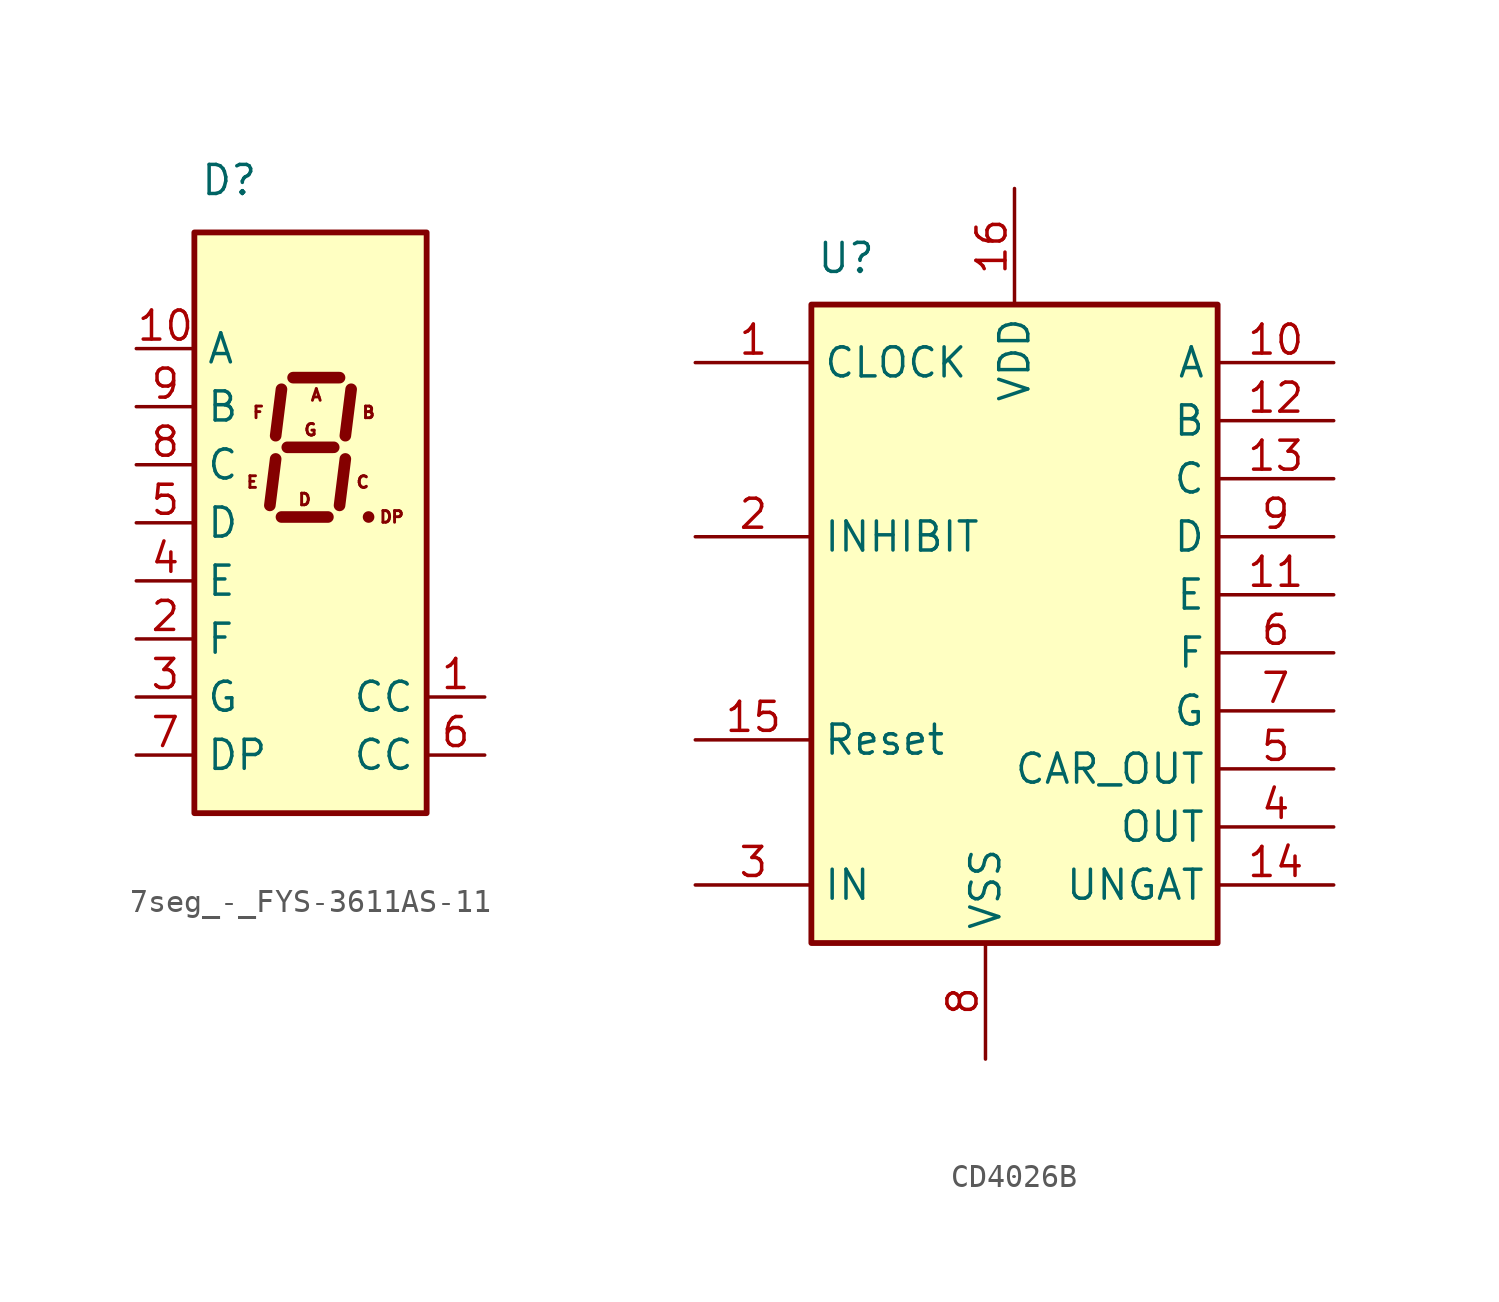
<source format=kicad_sym>
(kicad_symbol_lib
  (version 20241209)
  (generator "kicad_symbol_editor")
  (generator_version "9.0")
  (symbol "7seg_-_FYS-3611AS-11"
    (property "Reference" "D"
      (at 1.524 2.286 0)
      (effects (font (size 1.27 1.27))))
    (property "Value" ""
      (at 0 0 0)
      (effects (font (size 1.27 1.27))))
    (symbol "7seg_-_FYS-3611AS-11_0_0"
      (text "E" (at 2.54 -10.922 0) (effects (font (size 0.508 0.508))))
      (text "F" (at 2.794 -7.874 0) (effects (font (size 0.508 0.508))))
      (text "D" (at 4.826 -11.684 0) (effects (font (size 0.508 0.508))))
      (text "G" (at 5.08 -8.636 0) (effects (font (size 0.508 0.508))))
      (text "A" (at 5.334 -7.112 0) (effects (font (size 0.508 0.508))))
      (text "C" (at 7.366 -10.922 0) (effects (font (size 0.508 0.508))))
      (text "B" (at 7.62 -7.874 0) (effects (font (size 0.508 0.508))))
      (text "DP" (at 8.636 -12.446 0) (effects (font (size 0.508 0.508)))))
    (symbol "7seg_-_FYS-3611AS-11_0_1"
      (rectangle (start 0 0) (end 10.16 -25.4) (stroke (width 0.254) (type default)) (fill (type background)))
      (polyline (pts (xy 3.556 -9.906) (xy 3.302 -11.938)) (stroke (width 0.508) (type default)) (fill (type none)))
      (polyline (pts (xy 3.81 -6.858) (xy 3.556 -8.89)) (stroke (width 0.508) (type default)) (fill (type none)))
      (polyline (pts (xy 3.81 -12.446) (xy 5.842 -12.446)) (stroke (width 0.508) (type default)) (fill (type none)))
      (polyline (pts (xy 4.064 -9.398) (xy 6.096 -9.398)) (stroke (width 0.508) (type default)) (fill (type none)))
      (polyline (pts (xy 4.318 -6.35) (xy 6.35 -6.35)) (stroke (width 0.508) (type default)) (fill (type none)))
      (polyline (pts (xy 6.604 -9.906) (xy 6.35 -11.938)) (stroke (width 0.508) (type default)) (fill (type none)))
      (polyline (pts (xy 6.858 -6.858) (xy 6.604 -8.89)) (stroke (width 0.508) (type default)) (fill (type none)))
      (polyline (pts (xy 7.62 -12.446) (xy 7.62 -12.446)) (stroke (width 0.508) (type default)) (fill (type none))))
    (symbol "7seg_-_FYS-3611AS-11_1_1"
      (pin input line (at -2.54 -5.08 0) (length 2.54) (name "A" (effects (font (size 1.27 1.27)))) (number "10" (effects (font (size 1.27 1.27)))))
      (pin input line (at -2.54 -7.62 0) (length 2.54) (name "B" (effects (font (size 1.27 1.27)))) (number "9" (effects (font (size 1.27 1.27)))))
      (pin input line (at -2.54 -10.16 0) (length 2.54) (name "C" (effects (font (size 1.27 1.27)))) (number "8" (effects (font (size 1.27 1.27)))))
      (pin input line (at -2.54 -12.7 0) (length 2.54) (name "D" (effects (font (size 1.27 1.27)))) (number "5" (effects (font (size 1.27 1.27)))))
      (pin input line (at -2.54 -15.24 0) (length 2.54) (name "E" (effects (font (size 1.27 1.27)))) (number "4" (effects (font (size 1.27 1.27)))))
      (pin input line (at -2.54 -17.78 0) (length 2.54) (name "F" (effects (font (size 1.27 1.27)))) (number "2" (effects (font (size 1.27 1.27)))))
      (pin input line (at -2.54 -20.32 0) (length 2.54) (name "G" (effects (font (size 1.27 1.27)))) (number "3" (effects (font (size 1.27 1.27)))))
      (pin input line (at -2.54 -22.86 0) (length 2.54) (name "DP" (effects (font (size 1.27 1.27)))) (number "7" (effects (font (size 1.27 1.27)))))
      (pin input line (at 12.7 -20.32 180) (length 2.54) (name "CC" (effects (font (size 1.27 1.27)))) (number "1" (effects (font (size 1.27 1.27)))))
      (pin input line (at 12.7 -22.86 180) (length 2.54) (name "CC" (effects (font (size 1.27 1.27)))) (number "6" (effects (font (size 1.27 1.27)))))))
  (symbol "CD4026B"
    (property "Reference" "U"
      (at 1.524 2.032 0)
      (effects (font (size 1.27 1.27))))
    (property "Value" ""
      (at 0 0 0)
      (effects (font (size 1.27 1.27))))
    (symbol "CD4026B_1_0"
      (pin output line (at -5.08 -2.54 0) (length 5.08) (name "CLOCK" (effects (font (size 1.27 1.27)))) (number "1" (effects (font (size 1.27 1.27)))))
      (pin output line (at -5.08 -10.16 0) (length 5.08) (name "INHIBIT" (effects (font (size 1.27 1.27)))) (number "2" (effects (font (size 1.27 1.27)))))
      (pin input line (at -5.08 -19.05 0) (length 5.08) (name "Reset" (effects (font (size 1.27 1.27)))) (number "15" (effects (font (size 1.27 1.27)))))
      (pin output line (at -5.08 -25.4 0) (length 5.08) (name "IN" (effects (font (size 1.27 1.27)))) (number "3" (effects (font (size 1.27 1.27)))))
      (pin power_in line (at 7.62 -33.02 90) (length 5.08) (name "VSS" (effects (font (size 1.27 1.27)))) (number "8" (effects (font (size 1.27 1.27)))))
      (pin power_in line (at 8.89 5.08 270) (length 5.08) (name "VDD" (effects (font (size 1.27 1.27)))) (number "16" (effects (font (size 1.27 1.27)))))
      (pin output line (at 22.86 -2.54 180) (length 5.08) (name "A" (effects (font (size 1.27 1.27)))) (number "10" (effects (font (size 1.27 1.27)))))
      (pin output line (at 22.86 -5.08 180) (length 5.08) (name "B" (effects (font (size 1.27 1.27)))) (number "12" (effects (font (size 1.27 1.27)))))
      (pin output line (at 22.86 -7.62 180) (length 5.08) (name "C" (effects (font (size 1.27 1.27)))) (number "13" (effects (font (size 1.27 1.27)))))
      (pin output line (at 22.86 -10.16 180) (length 5.08) (name "D" (effects (font (size 1.27 1.27)))) (number "9" (effects (font (size 1.27 1.27)))))
      (pin output line (at 22.86 -12.7 180) (length 5.08) (name "E" (effects (font (size 1.27 1.27)))) (number "11" (effects (font (size 1.27 1.27)))))
      (pin output line (at 22.86 -15.24 180) (length 5.08) (name "F" (effects (font (size 1.27 1.27)))) (number "6" (effects (font (size 1.27 1.27)))))
      (pin output line (at 22.86 -17.78 180) (length 5.08) (name "G" (effects (font (size 1.27 1.27)))) (number "7" (effects (font (size 1.27 1.27)))))
      (pin output line (at 22.86 -20.32 180) (length 5.08) (name "CAR_OUT" (effects (font (size 1.27 1.27)))) (number "5" (effects (font (size 1.27 1.27)))))
      (pin output line (at 22.86 -22.86 180) (length 5.08) (name "OUT" (effects (font (size 1.27 1.27)))) (number "4" (effects (font (size 1.27 1.27)))))
      (pin output line (at 22.86 -25.4 180) (length 5.08) (name "UNGAT" (effects (font (size 1.27 1.27)))) (number "14" (effects (font (size 1.27 1.27))))))
    (symbol "CD4026B_1_1"
      (rectangle (start 0 0) (end 17.78 -27.94) (stroke (width 0.254) (type default)) (fill (type background))))))
</source>
